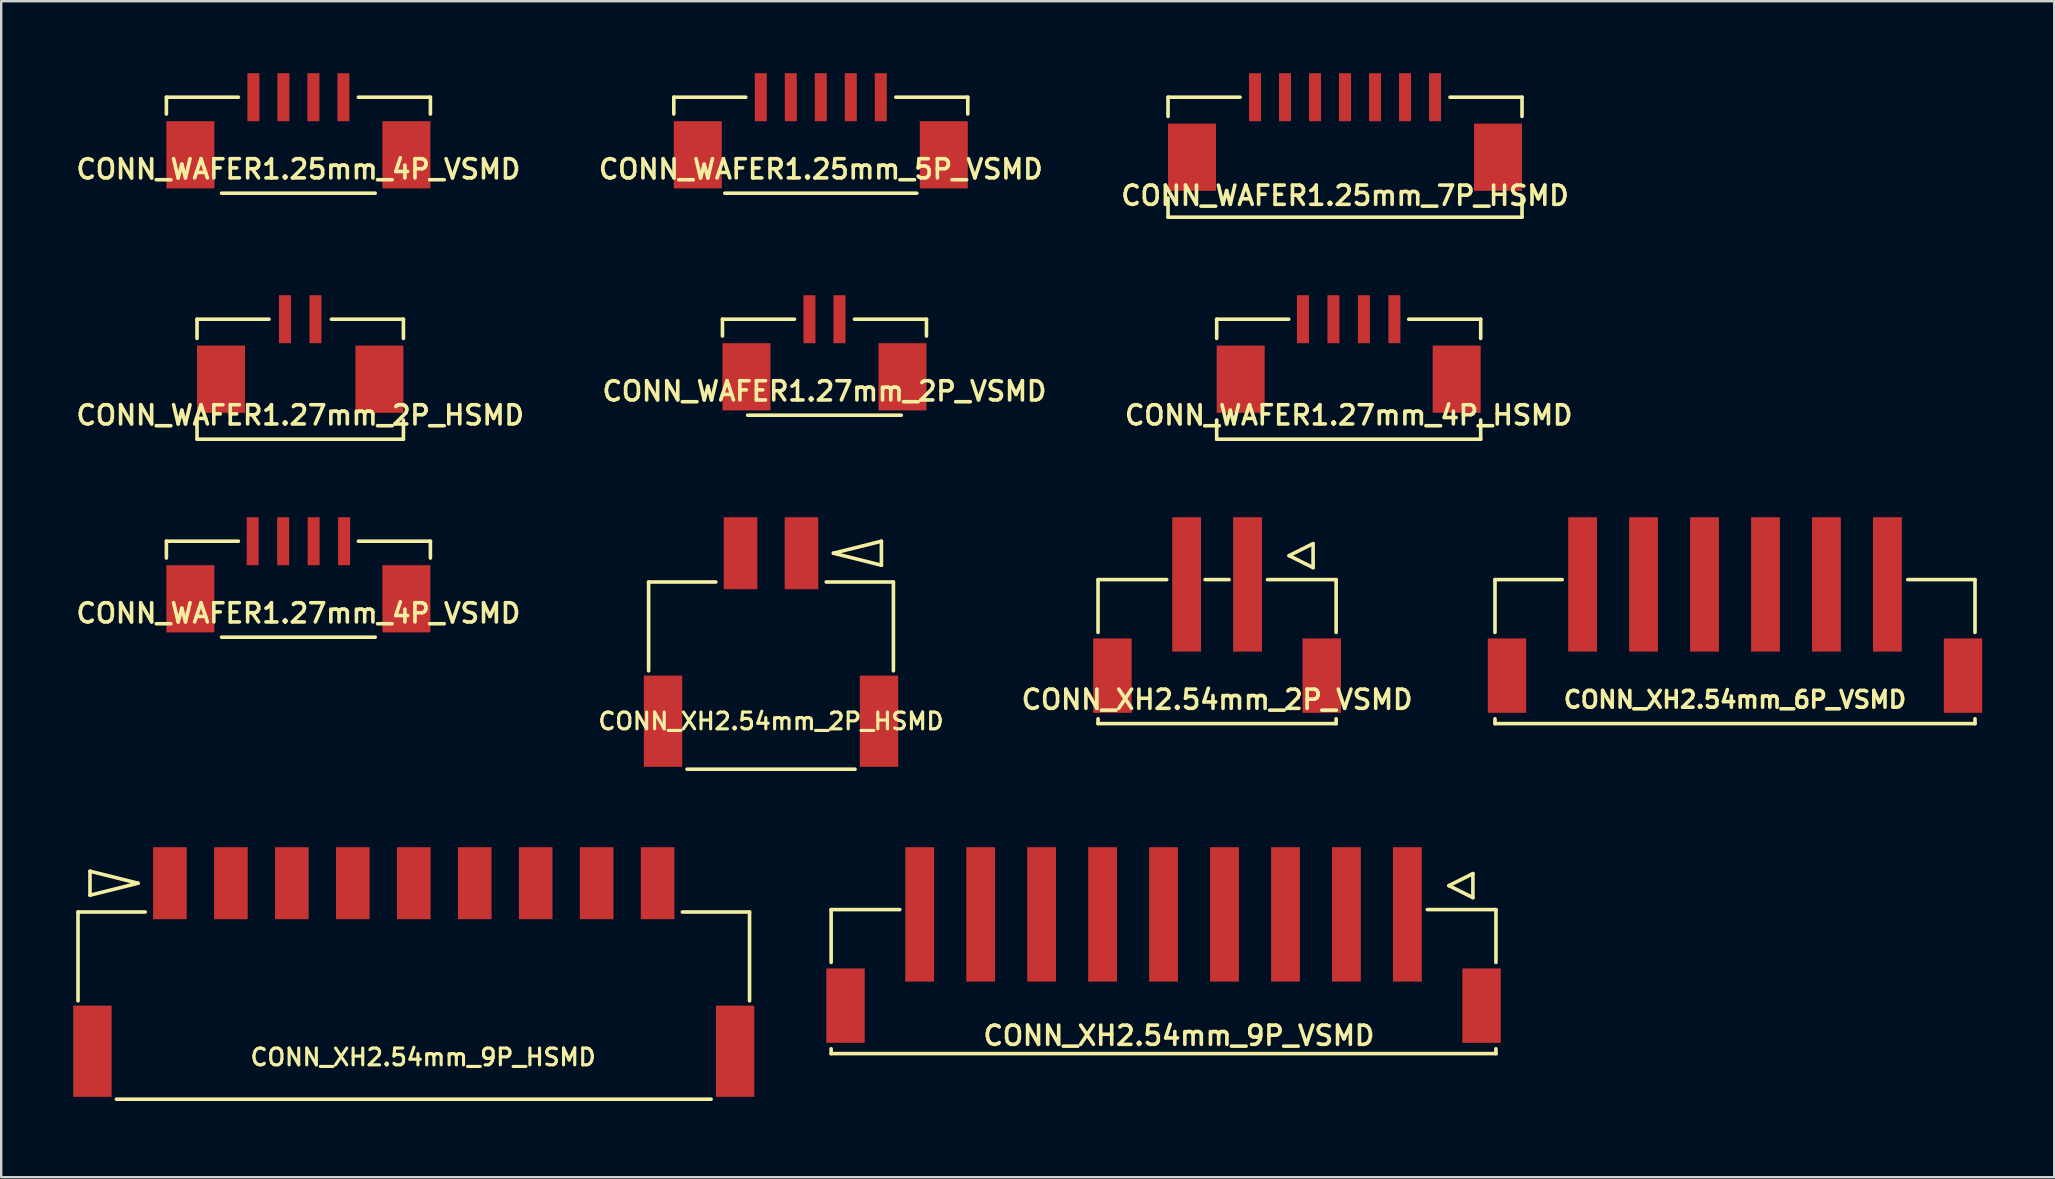
<source format=kicad_pcb>
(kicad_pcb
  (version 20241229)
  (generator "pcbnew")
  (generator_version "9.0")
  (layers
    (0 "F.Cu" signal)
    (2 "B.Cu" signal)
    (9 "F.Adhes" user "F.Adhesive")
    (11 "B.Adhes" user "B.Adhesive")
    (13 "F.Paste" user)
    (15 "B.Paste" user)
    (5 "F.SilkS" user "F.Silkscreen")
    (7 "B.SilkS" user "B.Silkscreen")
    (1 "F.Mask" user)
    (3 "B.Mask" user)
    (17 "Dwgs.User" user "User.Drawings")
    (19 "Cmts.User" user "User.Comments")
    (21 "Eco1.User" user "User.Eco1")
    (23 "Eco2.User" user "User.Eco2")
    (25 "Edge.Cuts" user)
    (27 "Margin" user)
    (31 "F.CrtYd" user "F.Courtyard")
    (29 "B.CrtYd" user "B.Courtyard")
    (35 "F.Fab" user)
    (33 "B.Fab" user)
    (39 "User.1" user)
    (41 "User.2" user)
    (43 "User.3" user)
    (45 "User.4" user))
  (footprint "CONN_XH2.54mm_2P_HSMD"
    (layer "F.Cu")
    (at 29.075 29)
    (property "Reference" "CONN_XH2.54mm_2P_HSMD" (at 0 -2 0) (layer "F.SilkS") (effects (font (size 0.7 0.7) (thickness 0.13))))
    (attr through_hole)
    (fp_line (start -5.1 -7.8) (end -2.3 -7.8) (stroke (width 0.15) (type solid)) (layer "F.SilkS"))
    (fp_line (start -5.1 -4.1) (end -5.1 -7.8) (stroke (width 0.15) (type solid)) (layer "F.SilkS"))
    (fp_line (start -3.5 0) (end 3.5 0) (stroke (width 0.15) (type solid)) (layer "F.SilkS"))
    (fp_line (start 2.3 -7.8) (end 5.1 -7.8) (stroke (width 0.15) (type solid)) (layer "F.SilkS"))
    (fp_line (start 2.6 -9) (end 4.6 -8.5) (stroke (width 0.15) (type solid)) (layer "F.SilkS"))
    (fp_line (start 4.6 -9.5) (end 2.6 -9) (stroke (width 0.15) (type solid)) (layer "F.SilkS"))
    (fp_line (start 4.6 -8.5) (end 4.6 -9.5) (stroke (width 0.15) (type solid)) (layer "F.SilkS"))
    (fp_line (start 5.1 -7.8) (end 5.1 -4.1) (stroke (width 0.15) (type solid)) (layer "F.SilkS"))
    (pad "1" smd rect (at 1.27 -9) (size 1.4 3) (layers "F.Cu" "F.Mask" "F.Paste"))
    (pad "2" smd rect (at -1.27 -9) (size 1.4 3) (layers "F.Cu" "F.Mask" "F.Paste"))
    (pad "3" smd rect (at -4.5 -2) (size 1.6 3.8) (layers "F.Cu" "F.Mask" "F.Paste"))
    (pad "3" smd rect (at 4.5 -2) (size 1.6 3.8) (layers "F.Cu" "F.Mask" "F.Paste")))
  (footprint "CONN_XH2.54mm_9P_VSMD"
    (layer "F.Cu")
    (at 45.43 40.85)
    (property "Reference" "CONN_XH2.54mm_9P_VSMD" (at 0.64 -0.75 0) (layer "F.SilkS") (effects (font (size 0.8 0.8) (thickness 0.15))))
    (attr through_hole)
    (fp_line (start -13.85 -6) (end -10.99 -6) (stroke (width 0.15) (type solid)) (layer "F.SilkS"))
    (fp_line (start -13.85 -3.8) (end -13.85 -6) (stroke (width 0.15) (type solid)) (layer "F.SilkS"))
    (fp_line (start -13.85 -0.2) (end -13.85 0) (stroke (width 0.15) (type solid)) (layer "F.SilkS"))
    (fp_line (start 10.99 -6) (end 13.85 -6) (stroke (width 0.15) (type solid)) (layer "F.SilkS"))
    (fp_line (start 11.89 -7) (end 12.89 -7.5) (stroke (width 0.15) (type solid)) (layer "F.SilkS"))
    (fp_line (start 12.89 -7.5) (end 12.89 -6.5) (stroke (width 0.15) (type solid)) (layer "F.SilkS"))
    (fp_line (start 12.89 -6.5) (end 11.89 -7) (stroke (width 0.15) (type solid)) (layer "F.SilkS"))
    (fp_line (start 13.85 -6) (end 13.85 -3.8) (stroke (width 0.15) (type solid)) (layer "F.SilkS"))
    (fp_line (start 13.85 0) (end -13.85 0) (stroke (width 0.15) (type solid)) (layer "F.SilkS"))
    (fp_line (start 13.85 0) (end 13.85 -0.2) (stroke (width 0.15) (type solid)) (layer "F.SilkS"))
    (pad "1" smd rect (at 10.16 -5.8) (size 1.2 5.6) (layers "F.Cu" "F.Mask" "F.Paste"))
    (pad "2" smd rect (at 7.62 -5.8) (size 1.2 5.6) (layers "F.Cu" "F.Mask" "F.Paste"))
    (pad "3" smd rect (at 5.08 -5.8) (size 1.2 5.6) (layers "F.Cu" "F.Mask" "F.Paste"))
    (pad "4" smd rect (at 2.54 -5.8) (size 1.2 5.6) (layers "F.Cu" "F.Mask" "F.Paste"))
    (pad "5" smd rect (at 0 -5.8) (size 1.2 5.6) (layers "F.Cu" "F.Mask" "F.Paste"))
    (pad "6" smd rect (at -2.54 -5.8) (size 1.2 5.6) (layers "F.Cu" "F.Mask" "F.Paste"))
    (pad "7" smd rect (at -5.08 -5.8) (size 1.2 5.6) (layers "F.Cu" "F.Mask" "F.Paste"))
    (pad "8" smd rect (at -7.62 -5.8) (size 1.2 5.6) (layers "F.Cu" "F.Mask" "F.Paste"))
    (pad "9" smd rect (at -10.16 -5.8) (size 1.2 5.6) (layers "F.Cu" "F.Mask" "F.Paste"))
    (pad "SH" smd rect (at -13.25 -2) (size 1.6 3.1) (layers "F.Cu" "F.Mask" "F.Paste"))
    (pad "SH" smd rect (at 13.25 -2) (size 1.6 3.1) (layers "F.Cu" "F.Mask" "F.Paste")))
  (footprint "CONN_WAFER1.27mm_2P_VSMD"
    (layer "F.Cu")
    (at 31.302 14.25)
    (property "Reference" "CONN_WAFER1.27mm_2P_VSMD" (at 0 -1 0) (layer "F.SilkS") (effects (font (size 0.8 0.8) (thickness 0.15))))
    (attr through_hole)
    (fp_line (start -4.25 -4) (end -1.25 -4) (stroke (width 0.15) (type solid)) (layer "F.SilkS"))
    (fp_line (start -4.25 -3.3) (end -4.25 -4) (stroke (width 0.15) (type solid)) (layer "F.SilkS"))
    (fp_line (start 3.2 0) (end -3.2 0) (stroke (width 0.15) (type solid)) (layer "F.SilkS"))
    (fp_line (start 4.25 -4) (end 1.25 -4) (stroke (width 0.15) (type solid)) (layer "F.SilkS"))
    (fp_line (start 4.25 -4) (end 4.25 -3.3) (stroke (width 0.15) (type solid)) (layer "F.SilkS"))
    (pad "1" smd rect (at 0.625 -4) (size 0.5 2) (layers "F.Cu" "F.Mask" "F.Paste"))
    (pad "2" smd rect (at -0.625 -4) (size 0.5 2) (layers "F.Cu" "F.Mask" "F.Paste"))
    (pad "3" smd rect (at -3.25 -1.6) (size 2 2.8) (layers "F.Cu" "F.Mask" "F.Paste"))
    (pad "3" smd rect (at 3.25 -1.6) (size 2 2.8) (layers "F.Cu" "F.Mask" "F.Paste")))
  (footprint "CONN_XH2.54mm_6P_VSMD"
    (layer "F.Cu")
    (at 69.24 27.1)
    (property "Reference" "CONN_XH2.54mm_6P_VSMD" (at 0 -1 0) (layer "F.SilkS") (effects (font (size 0.7 0.7) (thickness 0.15))))
    (attr through_hole)
    (fp_line (start -10 -6) (end -7.2 -6) (stroke (width 0.15) (type solid)) (layer "F.SilkS"))
    (fp_line (start -10 -3.8) (end -10 -6) (stroke (width 0.15) (type solid)) (layer "F.SilkS"))
    (fp_line (start -10 -0.2) (end -10 0) (stroke (width 0.15) (type solid)) (layer "F.SilkS"))
    (fp_line (start 7.2 -6) (end 10 -6) (stroke (width 0.15) (type solid)) (layer "F.SilkS"))
    (fp_line (start 10 -6) (end 10 -3.8) (stroke (width 0.15) (type solid)) (layer "F.SilkS"))
    (fp_line (start 10 0) (end -10 0) (stroke (width 0.15) (type solid)) (layer "F.SilkS"))
    (fp_line (start 10 0) (end 10 -0.2) (stroke (width 0.15) (type solid)) (layer "F.SilkS"))
    (pad "1" smd rect (at 6.35 -5.8) (size 1.2 5.6) (layers "F.Cu" "F.Mask" "F.Paste"))
    (pad "2" smd rect (at 3.81 -5.8) (size 1.2 5.6) (layers "F.Cu" "F.Mask" "F.Paste"))
    (pad "3" smd rect (at 1.27 -5.8) (size 1.2 5.6) (layers "F.Cu" "F.Mask" "F.Paste"))
    (pad "4" smd rect (at -1.27 -5.8) (size 1.2 5.6) (layers "F.Cu" "F.Mask" "F.Paste"))
    (pad "5" smd rect (at -3.81 -5.8) (size 1.2 5.6) (layers "F.Cu" "F.Mask" "F.Paste"))
    (pad "6" smd rect (at -6.35 -5.8) (size 1.2 5.6) (layers "F.Cu" "F.Mask" "F.Paste"))
    (pad "7" smd rect (at -9.5 -2) (size 1.6 3.1) (layers "F.Cu" "F.Mask" "F.Paste"))
    (pad "7" smd rect (at 9.5 -2) (size 1.6 3.1) (layers "F.Cu" "F.Mask" "F.Paste")))
  (footprint "CONN_WAFER1.25mm_5P_VSMD"
    (layer "F.Cu")
    (at 31.149 5)
    (property "Reference" "CONN_WAFER1.25mm_5P_VSMD" (at 0 -1 0) (layer "F.SilkS") (effects (font (size 0.8 0.8) (thickness 0.15))))
    (attr through_hole)
    (fp_line (start -6.125 -4) (end -3.125 -4) (stroke (width 0.15) (type solid)) (layer "F.SilkS"))
    (fp_line (start -6.125 -3.3) (end -6.125 -4) (stroke (width 0.15) (type solid)) (layer "F.SilkS"))
    (fp_line (start 4 0) (end -4 0) (stroke (width 0.15) (type solid)) (layer "F.SilkS"))
    (fp_line (start 6.125 -4) (end 3.125 -4) (stroke (width 0.15) (type solid)) (layer "F.SilkS"))
    (fp_line (start 6.125 -4) (end 6.125 -3.3) (stroke (width 0.15) (type solid)) (layer "F.SilkS"))
    (pad "1" smd rect (at -2.5 -4) (size 0.5 2) (layers "F.Cu" "F.Mask" "F.Paste"))
    (pad "2" smd rect (at -1.25 -4) (size 0.5 2) (layers "F.Cu" "F.Mask" "F.Paste"))
    (pad "3" smd rect (at 0 -4) (size 0.5 2) (layers "F.Cu" "F.Mask" "F.Paste"))
    (pad "4" smd rect (at 1.25 -4) (size 0.5 2) (layers "F.Cu" "F.Mask" "F.Paste"))
    (pad "5" smd rect (at 2.5 -4) (size 0.5 2) (layers "F.Cu" "F.Mask" "F.Paste"))
    (pad "SH" smd rect (at -5.125 -1.6) (size 2 2.8) (layers "F.Cu" "F.Mask" "F.Paste"))
    (pad "SH" smd rect (at 5.125 -1.6) (size 2 2.8) (layers "F.Cu" "F.Mask" "F.Paste")))
  (footprint "CONN_WAFER1.27mm_4P_HSMD"
    (layer "F.Cu")
    (at 53.144 15.25)
    (property "Reference" "CONN_WAFER1.27mm_4P_HSMD" (at 0 -1 0) (layer "F.SilkS") (effects (font (size 0.8 0.8) (thickness 0.15))))
    (attr through_hole)
    (fp_line (start -5.5 -5) (end -2.5 -5) (stroke (width 0.15) (type solid)) (layer "F.SilkS"))
    (fp_line (start -5.5 -4.2) (end -5.5 -5) (stroke (width 0.15) (type solid)) (layer "F.SilkS"))
    (fp_line (start -5.5 0) (end -5.5 -0.8) (stroke (width 0.15) (type solid)) (layer "F.SilkS"))
    (fp_line (start 5.5 -5) (end 2.5 -5) (stroke (width 0.15) (type solid)) (layer "F.SilkS"))
    (fp_line (start 5.5 -5) (end 5.5 -4.2) (stroke (width 0.15) (type solid)) (layer "F.SilkS"))
    (fp_line (start 5.5 0) (end -5.5 0) (stroke (width 0.15) (type solid)) (layer "F.SilkS"))
    (fp_line (start 5.5 0) (end 5.5 -0.8) (stroke (width 0.15) (type solid)) (layer "F.SilkS"))
    (pad "1" smd rect (at 1.905 -5) (size 0.5 2) (layers "F.Cu" "F.Mask" "F.Paste"))
    (pad "2" smd rect (at 0.635 -5) (size 0.5 2) (layers "F.Cu" "F.Mask" "F.Paste"))
    (pad "3" smd rect (at -0.635 -5) (size 0.5 2) (layers "F.Cu" "F.Mask" "F.Paste"))
    (pad "4" smd rect (at -1.905 -5) (size 0.5 2) (layers "F.Cu" "F.Mask" "F.Paste"))
    (pad "5" smd rect (at -4.5 -2.5) (size 2 2.8) (layers "F.Cu" "F.Mask" "F.Paste"))
    (pad "5" smd rect (at 4.5 -2.5) (size 2 2.8) (layers "F.Cu" "F.Mask" "F.Paste")))
  (footprint "CONN_WAFER1.27mm_2P_HSMD"
    (layer "F.Cu")
    (at 9.459 15.25)
    (property "Reference" "CONN_WAFER1.27mm_2P_HSMD" (at 0 -1 0) (layer "F.SilkS") (effects (font (size 0.8 0.8) (thickness 0.15))))
    (attr through_hole)
    (fp_line (start -4.3 -5) (end -1.3 -5) (stroke (width 0.15) (type solid)) (layer "F.SilkS"))
    (fp_line (start -4.3 -4.2) (end -4.3 -5) (stroke (width 0.15) (type solid)) (layer "F.SilkS"))
    (fp_line (start -4.3 0) (end -4.3 -0.8) (stroke (width 0.15) (type solid)) (layer "F.SilkS"))
    (fp_line (start 4.3 -5) (end 1.3 -5) (stroke (width 0.15) (type solid)) (layer "F.SilkS"))
    (fp_line (start 4.3 -5) (end 4.3 -4.2) (stroke (width 0.15) (type solid)) (layer "F.SilkS"))
    (fp_line (start 4.3 0) (end -4.3 0) (stroke (width 0.15) (type solid)) (layer "F.SilkS"))
    (fp_line (start 4.3 0) (end 4.3 -0.8) (stroke (width 0.15) (type solid)) (layer "F.SilkS"))
    (pad "1" smd rect (at 0.635 -5) (size 0.5 2) (layers "F.Cu" "F.Mask" "F.Paste"))
    (pad "2" smd rect (at -0.635 -5) (size 0.5 2) (layers "F.Cu" "F.Mask" "F.Paste"))
    (pad "3" smd rect (at -3.3 -2.5) (size 2 2.8) (layers "F.Cu" "F.Mask" "F.Paste"))
    (pad "3" smd rect (at 3.3 -2.5) (size 2 2.8) (layers "F.Cu" "F.Mask" "F.Paste")))
  (footprint "CONN_XH2.54mm_2P_VSMD"
    (layer "F.Cu")
    (at 47.661 27.1)
    (property "Reference" "CONN_XH2.54mm_2P_VSMD" (at 0 -1 0) (layer "F.SilkS") (effects (font (size 0.8 0.8) (thickness 0.15))))
    (attr through_hole)
    (fp_line (start -4.96 -6) (end -2.1 -6) (stroke (width 0.15) (type solid)) (layer "F.SilkS"))
    (fp_line (start -4.96 -3.8) (end -4.96 -6) (stroke (width 0.15) (type solid)) (layer "F.SilkS"))
    (fp_line (start -4.96 -0.2) (end -4.96 0) (stroke (width 0.15) (type solid)) (layer "F.SilkS"))
    (fp_line (start -0.5 -6) (end 0.5 -6) (stroke (width 0.15) (type solid)) (layer "F.SilkS"))
    (fp_line (start 2.1 -6) (end 4.96 -6) (stroke (width 0.15) (type solid)) (layer "F.SilkS"))
    (fp_line (start 3 -7) (end 4 -7.5) (stroke (width 0.15) (type solid)) (layer "F.SilkS"))
    (fp_line (start 4 -7.5) (end 4 -6.5) (stroke (width 0.15) (type solid)) (layer "F.SilkS"))
    (fp_line (start 4 -6.5) (end 3 -7) (stroke (width 0.15) (type solid)) (layer "F.SilkS"))
    (fp_line (start 4.96 -6) (end 4.96 -3.8) (stroke (width 0.15) (type solid)) (layer "F.SilkS"))
    (fp_line (start 4.96 0) (end -4.96 0) (stroke (width 0.15) (type solid)) (layer "F.SilkS"))
    (fp_line (start 4.96 0) (end 4.96 -0.2) (stroke (width 0.15) (type solid)) (layer "F.SilkS"))
    (pad "1" smd rect (at 1.27 -5.8) (size 1.2 5.6) (layers "F.Cu" "F.Mask" "F.Paste"))
    (pad "2" smd rect (at -1.27 -5.8) (size 1.2 5.6) (layers "F.Cu" "F.Mask" "F.Paste"))
    (pad "3" smd rect (at -4.36 -2) (size 1.6 3.1) (layers "F.Cu" "F.Mask" "F.Paste"))
    (pad "3" smd rect (at 4.36 -2) (size 1.6 3.1) (layers "F.Cu" "F.Mask" "F.Paste")))
  (footprint "CONN_WAFER1.27mm_4P_VSMD"
    (layer "F.Cu")
    (at 9.383 23.5)
    (property "Reference" "CONN_WAFER1.27mm_4P_VSMD" (at 0 -1 0) (layer "F.SilkS") (effects (font (size 0.8 0.8) (thickness 0.15))))
    (attr through_hole)
    (fp_line (start -5.5 -4) (end -2.5 -4) (stroke (width 0.15) (type solid)) (layer "F.SilkS"))
    (fp_line (start -5.5 -3.3) (end -5.5 -4) (stroke (width 0.15) (type solid)) (layer "F.SilkS"))
    (fp_line (start 3.2 0) (end -3.2 0) (stroke (width 0.15) (type solid)) (layer "F.SilkS"))
    (fp_line (start 5.5 -4) (end 2.5 -4) (stroke (width 0.15) (type solid)) (layer "F.SilkS"))
    (fp_line (start 5.5 -4) (end 5.5 -3.3) (stroke (width 0.15) (type solid)) (layer "F.SilkS"))
    (pad "1" smd rect (at 1.905 -4) (size 0.5 2) (layers "F.Cu" "F.Mask" "F.Paste"))
    (pad "2" smd rect (at 0.635 -4) (size 0.5 2) (layers "F.Cu" "F.Mask" "F.Paste"))
    (pad "3" smd rect (at -0.635 -4) (size 0.5 2) (layers "F.Cu" "F.Mask" "F.Paste"))
    (pad "4" smd rect (at -1.905 -4) (size 0.5 2) (layers "F.Cu" "F.Mask" "F.Paste"))
    (pad "5" smd rect (at -4.5 -1.6) (size 2 2.8) (layers "F.Cu" "F.Mask" "F.Paste"))
    (pad "5" smd rect (at 4.5 -1.6) (size 2 2.8) (layers "F.Cu" "F.Mask" "F.Paste")))
  (footprint "CONN_WAFER1.25mm_7P_HSMD"
    (layer "F.Cu")
    (at 52.992 6)
    (property "Reference" "CONN_WAFER1.25mm_7P_HSMD" (at 0 -0.9 0) (layer "F.SilkS") (effects (font (size 0.8 0.8) (thickness 0.15))))
    (attr through_hole)
    (fp_line (start -7.375 -5) (end -4.375 -5) (stroke (width 0.15) (type solid)) (layer "F.SilkS"))
    (fp_line (start -7.375 -4.2) (end -7.375 -5) (stroke (width 0.15) (type solid)) (layer "F.SilkS"))
    (fp_line (start -7.375 0) (end -7.375 -0.8) (stroke (width 0.15) (type solid)) (layer "F.SilkS"))
    (fp_line (start 7.375 -5) (end 4.375 -5) (stroke (width 0.15) (type solid)) (layer "F.SilkS"))
    (fp_line (start 7.375 -5) (end 7.375 -4.2) (stroke (width 0.15) (type solid)) (layer "F.SilkS"))
    (fp_line (start 7.375 0) (end -7.375 0) (stroke (width 0.15) (type solid)) (layer "F.SilkS"))
    (fp_line (start 7.375 0) (end 7.375 -0.8) (stroke (width 0.15) (type solid)) (layer "F.SilkS"))
    (pad "1" smd rect (at -3.75 -5) (size 0.5 2) (layers "F.Cu" "F.Mask" "F.Paste"))
    (pad "2" smd rect (at -2.5 -5) (size 0.5 2) (layers "F.Cu" "F.Mask" "F.Paste"))
    (pad "3" smd rect (at -1.25 -5) (size 0.5 2) (layers "F.Cu" "F.Mask" "F.Paste"))
    (pad "4" smd rect (at 0 -5) (size 0.5 2) (layers "F.Cu" "F.Mask" "F.Paste"))
    (pad "5" smd rect (at 1.25 -5) (size 0.5 2) (layers "F.Cu" "F.Mask" "F.Paste"))
    (pad "6" smd rect (at 2.5 -5) (size 0.5 2) (layers "F.Cu" "F.Mask" "F.Paste"))
    (pad "7" smd rect (at 3.75 -5) (size 0.5 2) (layers "F.Cu" "F.Mask" "F.Paste"))
    (pad "SH" smd rect (at -6.375 -2.5) (size 2 2.8) (layers "F.Cu" "F.Mask" "F.Paste"))
    (pad "SH" smd rect (at 6.375 -2.5) (size 2 2.8) (layers "F.Cu" "F.Mask" "F.Paste")))
  (footprint "CONN_WAFER1.25mm_4P_VSMD"
    (layer "F.Cu")
    (at 9.383 5)
    (property "Reference" "CONN_WAFER1.25mm_4P_VSMD" (at 0 -1 0) (layer "F.SilkS") (effects (font (size 0.8 0.8) (thickness 0.15))))
    (attr through_hole)
    (fp_line (start -5.5 -4) (end -2.5 -4) (stroke (width 0.15) (type solid)) (layer "F.SilkS"))
    (fp_line (start -5.5 -3.3) (end -5.5 -4) (stroke (width 0.15) (type solid)) (layer "F.SilkS"))
    (fp_line (start 3.2 0) (end -3.2 0) (stroke (width 0.15) (type solid)) (layer "F.SilkS"))
    (fp_line (start 5.5 -4) (end 2.5 -4) (stroke (width 0.15) (type solid)) (layer "F.SilkS"))
    (fp_line (start 5.5 -4) (end 5.5 -3.3) (stroke (width 0.15) (type solid)) (layer "F.SilkS"))
    (pad "1" smd rect (at -1.875 -4) (size 0.5 2) (layers "F.Cu" "F.Mask" "F.Paste"))
    (pad "2" smd rect (at -0.625 -4) (size 0.5 2) (layers "F.Cu" "F.Mask" "F.Paste"))
    (pad "3" smd rect (at 0.625 -4) (size 0.5 2) (layers "F.Cu" "F.Mask" "F.Paste"))
    (pad "4" smd rect (at 1.875 -4) (size 0.5 2) (layers "F.Cu" "F.Mask" "F.Paste"))
    (pad "SH" smd rect (at -4.5 -1.6) (size 2 2.8) (layers "F.Cu" "F.Mask" "F.Paste"))
    (pad "SH" smd rect (at 4.5 -1.6) (size 2 2.8) (layers "F.Cu" "F.Mask" "F.Paste")))
  (footprint "CONN_XH2.54mm_9P_HSMD"
    (layer "F.Cu")
    (at 14.19 42.75)
    (property "Reference" "CONN_XH2.54mm_9P_HSMD" (at 0.39 -1.75 0) (layer "F.SilkS") (effects (font (size 0.7 0.7) (thickness 0.13))))
    (attr through_hole)
    (fp_line (start -13.99 -7.8) (end -11.19 -7.8) (stroke (width 0.15) (type solid)) (layer "F.SilkS"))
    (fp_line (start -13.99 -4.1) (end -13.99 -7.8) (stroke (width 0.15) (type solid)) (layer "F.SilkS"))
    (fp_line (start -13.49 -9.5) (end -13.49 -8.5) (stroke (width 0.15) (type solid)) (layer "F.SilkS"))
    (fp_line (start -13.49 -8.5) (end -11.49 -9) (stroke (width 0.15) (type solid)) (layer "F.SilkS"))
    (fp_line (start -12.39 0) (end 12.39 0) (stroke (width 0.15) (type solid)) (layer "F.SilkS"))
    (fp_line (start -11.49 -9) (end -13.49 -9.5) (stroke (width 0.15) (type solid)) (layer "F.SilkS"))
    (fp_line (start 11.19 -7.8) (end 13.99 -7.8) (stroke (width 0.15) (type solid)) (layer "F.SilkS"))
    (fp_line (start 13.99 -7.8) (end 13.99 -4.1) (stroke (width 0.15) (type solid)) (layer "F.SilkS"))
    (pad "1" smd rect (at -10.16 -9) (size 1.4 3) (layers "F.Cu" "F.Mask" "F.Paste"))
    (pad "2" smd rect (at -7.62 -9) (size 1.4 3) (layers "F.Cu" "F.Mask" "F.Paste"))
    (pad "3" smd rect (at -5.08 -9) (size 1.4 3) (layers "F.Cu" "F.Mask" "F.Paste"))
    (pad "4" smd rect (at -2.54 -9) (size 1.4 3) (layers "F.Cu" "F.Mask" "F.Paste"))
    (pad "5" smd rect (at 0 -9) (size 1.4 3) (layers "F.Cu" "F.Mask" "F.Paste"))
    (pad "6" smd rect (at 2.54 -9) (size 1.4 3) (layers "F.Cu" "F.Mask" "F.Paste"))
    (pad "7" smd rect (at 5.08 -9) (size 1.4 3) (layers "F.Cu" "F.Mask" "F.Paste"))
    (pad "8" smd rect (at 7.62 -9) (size 1.4 3) (layers "F.Cu" "F.Mask" "F.Paste"))
    (pad "9" smd rect (at 10.16 -9) (size 1.4 3) (layers "F.Cu" "F.Mask" "F.Paste"))
    (pad "SH" smd rect (at -13.39 -2) (size 1.6 3.8) (layers "F.Cu" "F.Mask" "F.Paste"))
    (pad "SH" smd rect (at 13.39 -2) (size 1.6 3.8) (layers "F.Cu" "F.Mask" "F.Paste")))
  (gr_rect
    (start -3 -3)
    (end 82.54 46)
    (stroke (width 0.1) (type default))
    (fill no)
    (layer "Edge.Cuts")))
</source>
